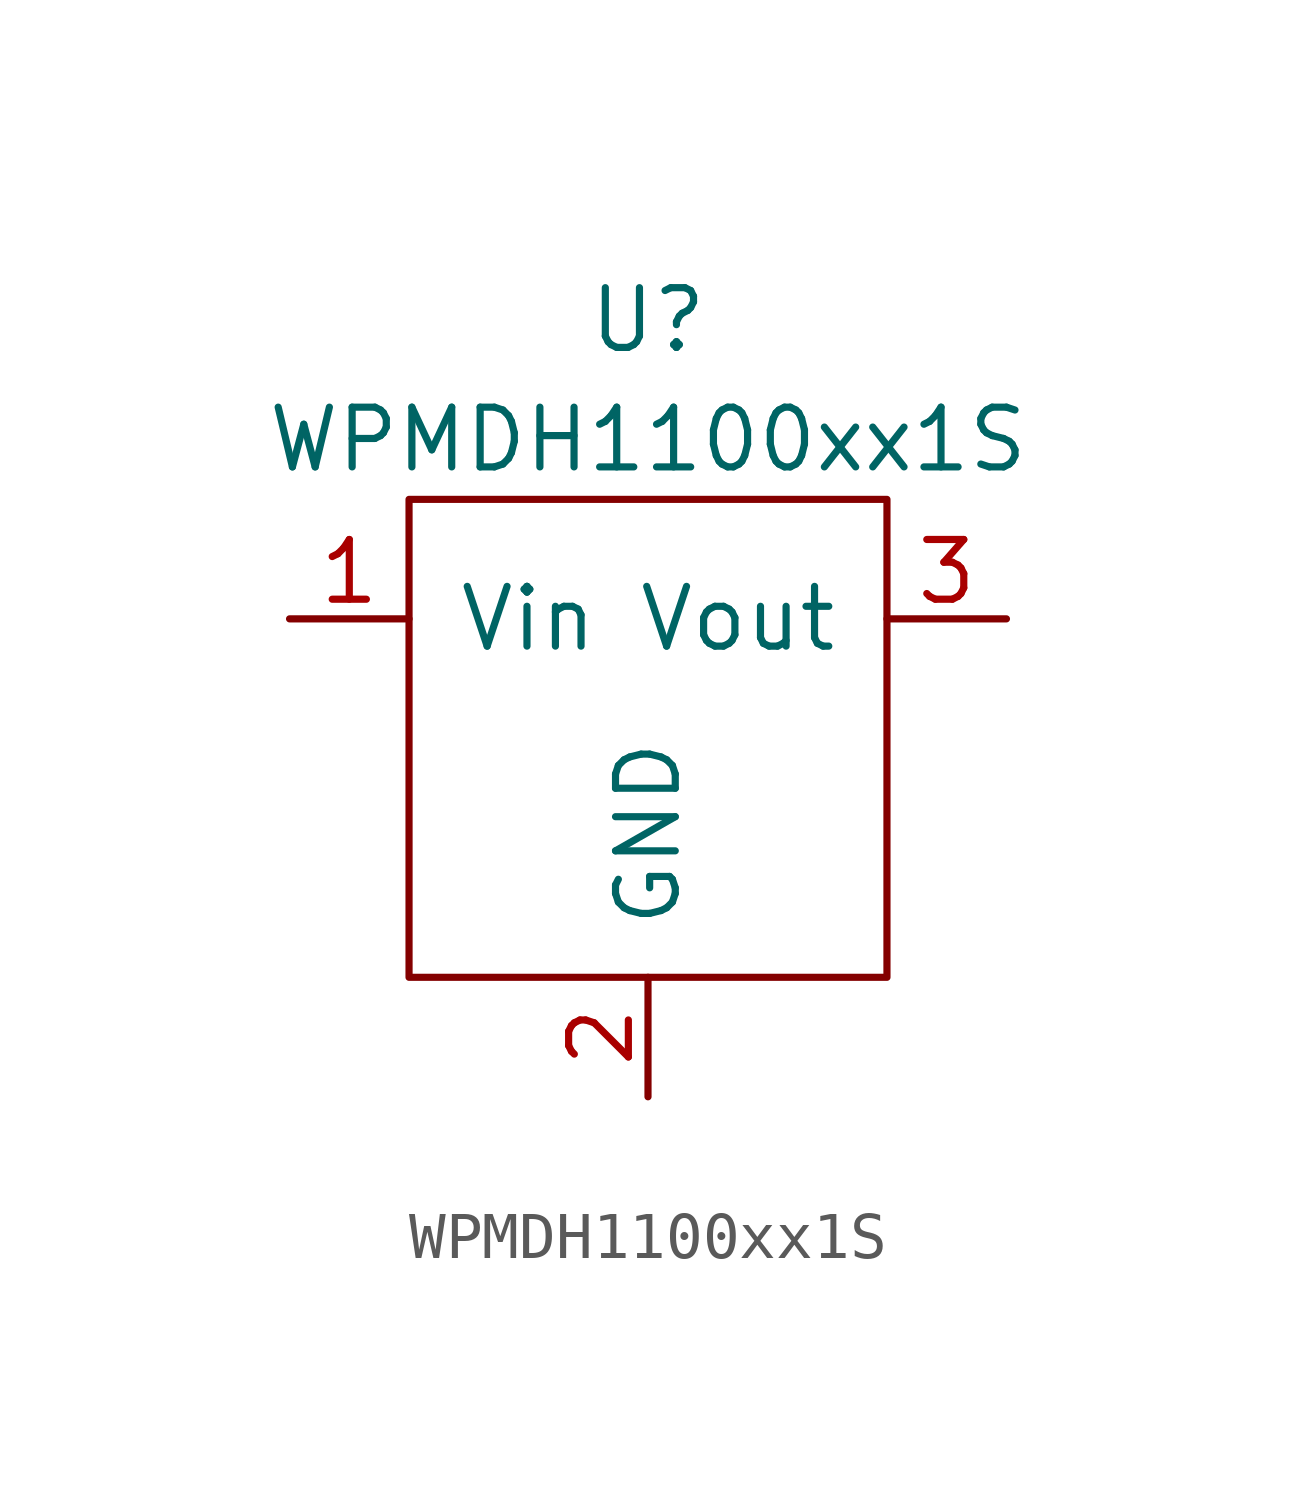
<source format=kicad_sym>
(kicad_symbol_lib
  (version 20241209)
  (generator "kicad_symbol_editor")
  (generator_version "9.0")
  (symbol "WPMDH1100xx1S"
    (pin_names
      (offset 1.016))
    (property "Reference" "U"
      (at 0 8.89 0)
      (effects (font (size 1.27 1.27))))
    (property "Value" "WPMDH1100xx1S"
      (at 0 6.35 0)
      (effects (font (size 1.27 1.27))))
    (symbol "WPMDH1100xx1S_0_1"
      (rectangle (start -5.08 -5.08) (end 5.08 5.08) (stroke (width 0) (type solid)) (fill (type none))))
    (symbol "WPMDH1100xx1S_1_1"
      (pin power_in line (at -7.62 2.54 0) (length 2.54) (name "Vin" (effects (font (size 1.27 1.27)))) (number "1" (effects (font (size 1.27 1.27)))))
      (pin power_in line (at 0 -7.62 90) (length 2.54) (name "GND" (effects (font (size 1.27 1.27)))) (number "2" (effects (font (size 1.27 1.27)))))
      (pin power_out line (at 7.62 2.54 180) (length 2.54) (name "Vout" (effects (font (size 1.27 1.27)))) (number "3" (effects (font (size 1.27 1.27))))))))
</source>
